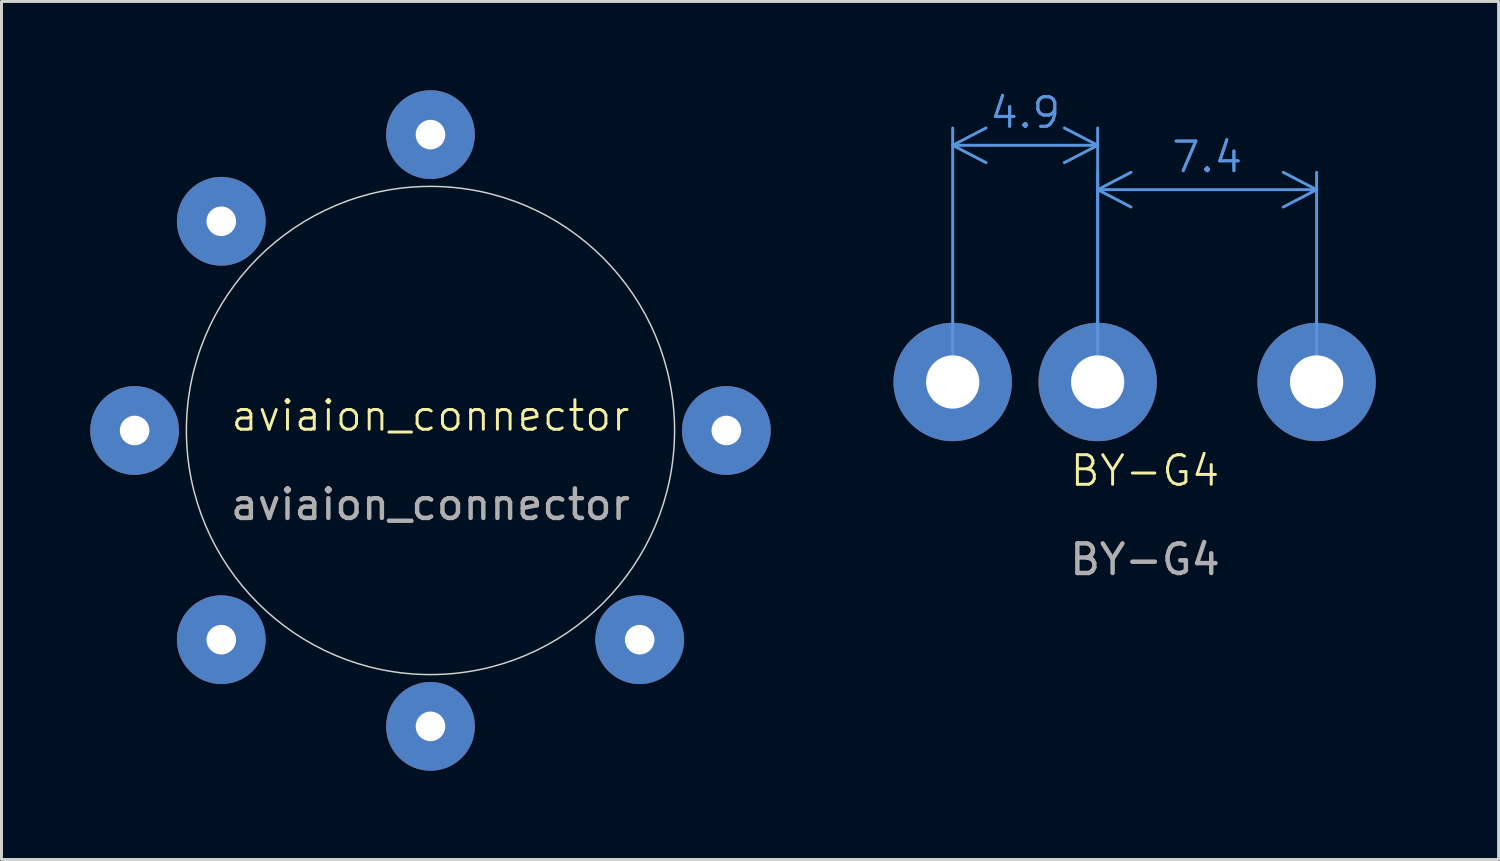
<source format=kicad_pcb>
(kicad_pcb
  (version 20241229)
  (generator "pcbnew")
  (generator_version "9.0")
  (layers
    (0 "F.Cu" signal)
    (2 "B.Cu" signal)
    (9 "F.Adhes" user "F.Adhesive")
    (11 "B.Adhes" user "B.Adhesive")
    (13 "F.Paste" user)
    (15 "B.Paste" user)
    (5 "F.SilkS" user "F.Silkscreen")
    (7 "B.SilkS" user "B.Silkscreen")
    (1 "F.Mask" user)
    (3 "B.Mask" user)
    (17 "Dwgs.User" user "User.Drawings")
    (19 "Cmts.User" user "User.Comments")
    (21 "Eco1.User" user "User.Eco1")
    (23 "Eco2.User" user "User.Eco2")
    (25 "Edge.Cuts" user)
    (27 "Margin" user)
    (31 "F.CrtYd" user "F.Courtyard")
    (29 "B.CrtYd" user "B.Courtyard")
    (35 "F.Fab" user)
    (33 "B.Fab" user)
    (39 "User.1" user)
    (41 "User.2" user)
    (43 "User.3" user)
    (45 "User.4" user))
  (footprint "BY-G4"
    (layer "F.Cu")
    (at 34.05 9.861)
    (property "Reference" "BY-G4" (at 1.6 3 0) (unlocked yes) (layer "F.SilkS") (effects (font (size 1 1) (thickness 0.1))))
    (attr smd)
    (fp_rect (start -8 -3) (end 10.5 2.5) (stroke (width 0.1) (type default)) (fill no) (layer "Margin"))
    (fp_text user "${REFERENCE}" (at 1.6 6 0) (unlocked yes) (layer "F.Fab") (effects (font (size 1 1) (thickness 0.15))))
    (dimension (type orthogonal) (layer "Cmts.User") (pts (xy 41.45 9.861) (xy 34.05 9.861)) (height -6.5) (orientation 0) (format (prefix "") (suffix "") (units 3) (units_format 0) (precision 4) (suppress_zeroes yes)) (style (thickness 0.1) (arrow_length 1.27) (text_position_mode 0) (arrow_direction outward) (extension_height 0.586) (extension_offset 0.5) (keep_text_aligned yes)) (gr_text "7.4" (at 37.75 2.26 0) (layer "Cmts.User") (effects (font (size 1 1) (thickness 0.1)))))
    (dimension (type orthogonal) (layer "Cmts.User") (pts (xy 34.05 9.861) (xy 29.15 9.861)) (height -8) (orientation 0) (format (prefix "") (suffix "") (units 3) (units_format 0) (precision 4) (suppress_zeroes yes)) (style (thickness 0.1) (arrow_length 1.27) (text_position_mode 0) (arrow_direction outward) (extension_height 0.586) (extension_offset 0.5) (keep_text_aligned yes)) (gr_text "4.9" (at 31.6 0.76 0) (layer "Cmts.User") (effects (font (size 1 1) (thickness 0.1)))))
    (pad "1" thru_hole circle (at -4.9 0) (size 4 4) (drill 1.8) (layers "*.Cu" "*.Mask"))
    (pad "2" thru_hole circle (at 0 0) (size 4 4) (drill 1.8) (layers "*.Cu" "*.Mask"))
    (pad "3" thru_hole circle (at 7.4 0) (size 4 4) (drill 1.8) (layers "*.Cu" "*.Mask")))
  (footprint "aviaion_connector"
    (layer "F.Cu")
    (at 11.5 11.5)
    (property "Reference" "aviaion_connector" (at 0 -0.5 0) (unlocked yes) (layer "F.SilkS") (effects (font (size 1 1) (thickness 0.1))))
    (attr smd)
    (fp_circle (center 0 0) (end 8.25 0) (stroke (width 0.05) (type solid)) (fill no) (layer "Edge.Cuts"))
    (fp_text user "${REFERENCE}" (at 0 2.5 0) (unlocked yes) (layer "F.Fab") (effects (font (size 1 1) (thickness 0.15))))
    (pad "1" thru_hole circle (at 10 0) (size 3 3) (drill 1) (layers "*.Cu" "*.Mask"))
    (pad "2" thru_hole circle (at 7.071 7.071) (size 3 3) (drill 1) (layers "*.Cu" "*.Mask"))
    (pad "3" thru_hole circle (at 0 10) (size 3 3) (drill 1) (layers "*.Cu" "*.Mask"))
    (pad "4" thru_hole circle (at -7.071 7.071) (size 3 3) (drill 1) (layers "*.Cu" "*.Mask"))
    (pad "5" thru_hole circle (at -10 0) (size 3 3) (drill 1) (layers "*.Cu" "*.Mask"))
    (pad "6" thru_hole circle (at -7.071 -7.071) (size 3 3) (drill 1) (layers "*.Cu" "*.Mask"))
    (pad "7" thru_hole circle (at 0 -10) (size 3 3) (drill 1) (layers "*.Cu" "*.Mask")))
  (gr_rect
    (start -3 -3)
    (end 47.6 26)
    (stroke (width 0.1) (type default))
    (fill no)
    (layer "Edge.Cuts")))
</source>
